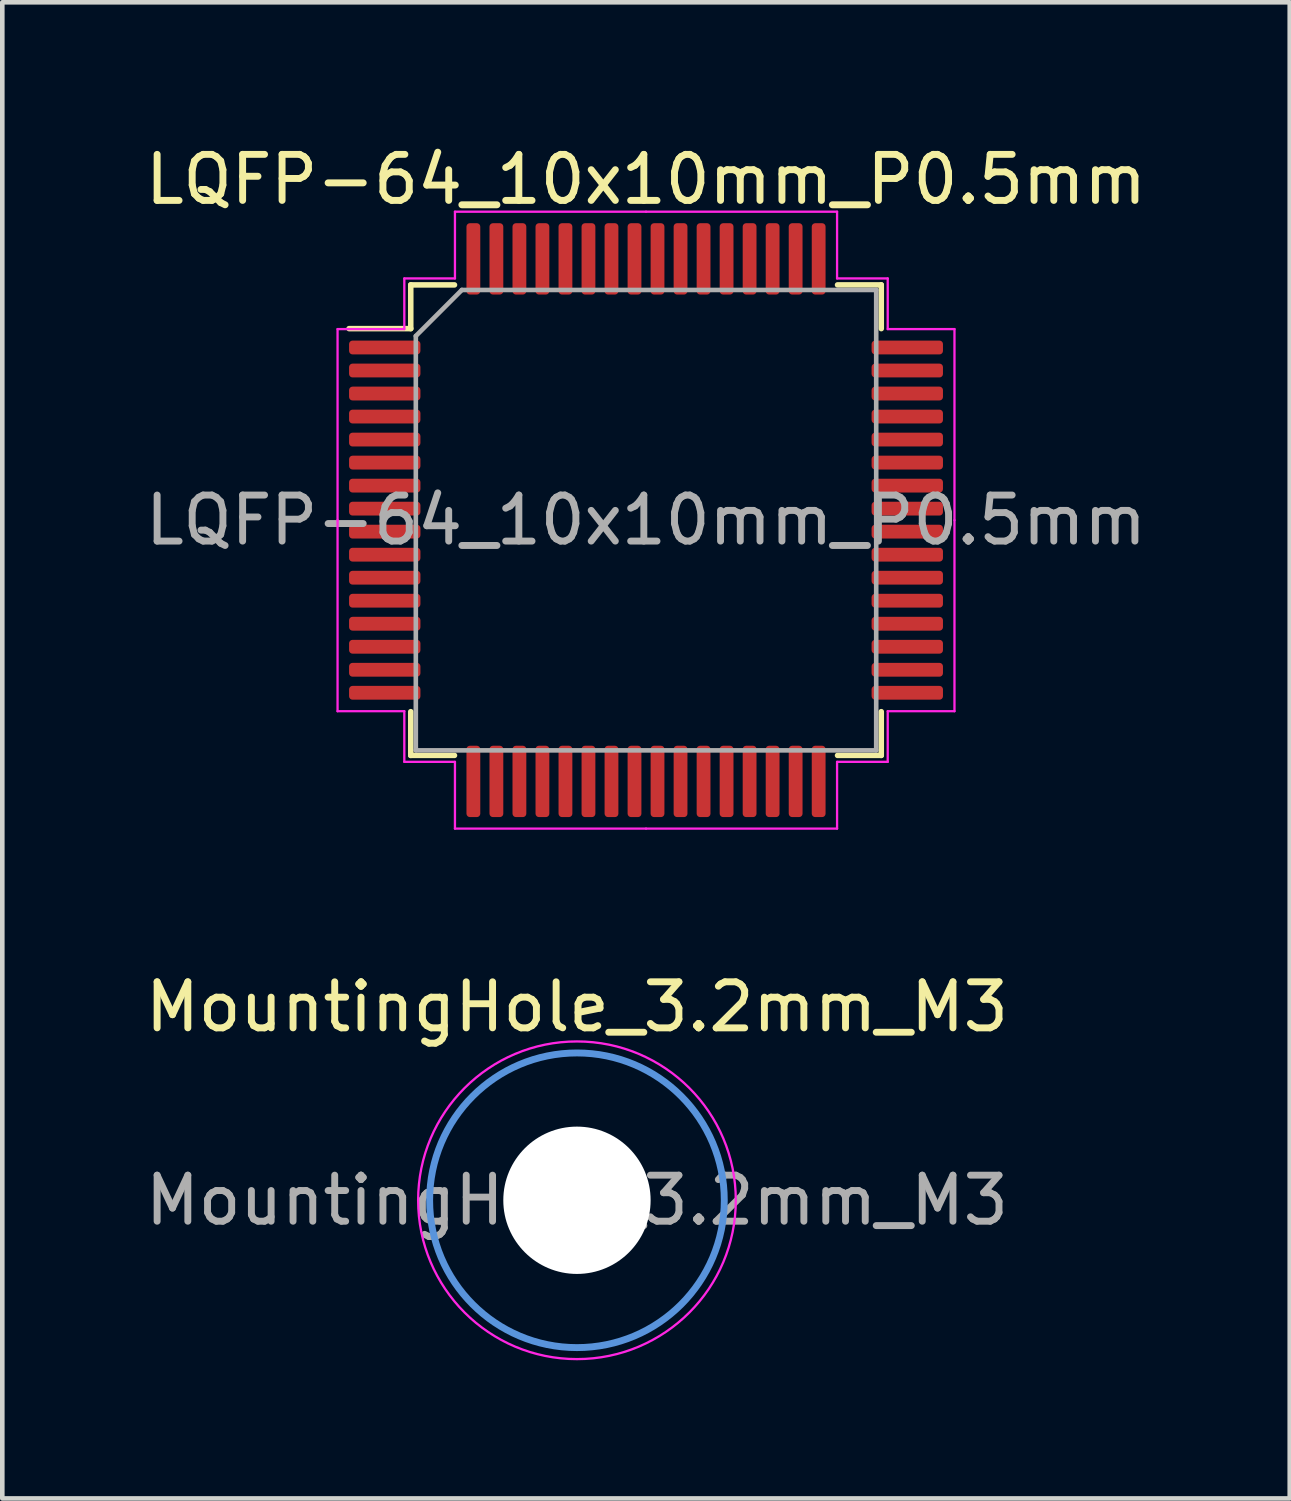
<source format=kicad_pcb>
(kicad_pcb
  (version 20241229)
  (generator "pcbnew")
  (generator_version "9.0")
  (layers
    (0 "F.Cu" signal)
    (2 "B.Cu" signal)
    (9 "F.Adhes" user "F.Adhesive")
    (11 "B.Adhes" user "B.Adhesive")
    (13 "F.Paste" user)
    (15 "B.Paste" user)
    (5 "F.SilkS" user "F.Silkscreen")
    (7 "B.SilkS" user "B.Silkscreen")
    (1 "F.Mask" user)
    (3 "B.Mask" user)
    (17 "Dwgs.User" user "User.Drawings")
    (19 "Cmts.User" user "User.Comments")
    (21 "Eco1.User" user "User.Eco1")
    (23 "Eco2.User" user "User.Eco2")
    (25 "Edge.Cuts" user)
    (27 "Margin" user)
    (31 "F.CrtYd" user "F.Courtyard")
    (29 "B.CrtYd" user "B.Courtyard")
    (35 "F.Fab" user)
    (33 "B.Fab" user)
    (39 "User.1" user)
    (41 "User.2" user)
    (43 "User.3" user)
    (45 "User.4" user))
  (footprint "LQFP-64_10x10mm_P0.5mm"
    (layer "F.Cu")
    (at 10.982 8.248)
    (property "Reference" "LQFP-64_10x10mm_P0.5mm" (at 0 -7.4 0) (layer "F.SilkS") (effects (font (size 1 1) (thickness 0.15))))
    (attr smd)
    (fp_line (start -5.11 -5.11) (end -5.11 -4.16) (stroke (width 0.12) (type solid)) (layer "F.SilkS"))
    (fp_line (start -5.11 -4.16) (end -6.45 -4.16) (stroke (width 0.12) (type solid)) (layer "F.SilkS"))
    (fp_line (start -5.11 5.11) (end -5.11 4.16) (stroke (width 0.12) (type solid)) (layer "F.SilkS"))
    (fp_line (start -4.16 -5.11) (end -5.11 -5.11) (stroke (width 0.12) (type solid)) (layer "F.SilkS"))
    (fp_line (start -4.16 5.11) (end -5.11 5.11) (stroke (width 0.12) (type solid)) (layer "F.SilkS"))
    (fp_line (start 4.16 -5.11) (end 5.11 -5.11) (stroke (width 0.12) (type solid)) (layer "F.SilkS"))
    (fp_line (start 4.16 5.11) (end 5.11 5.11) (stroke (width 0.12) (type solid)) (layer "F.SilkS"))
    (fp_line (start 5.11 -5.11) (end 5.11 -4.16) (stroke (width 0.12) (type solid)) (layer "F.SilkS"))
    (fp_line (start 5.11 5.11) (end 5.11 4.16) (stroke (width 0.12) (type solid)) (layer "F.SilkS"))
    (fp_line (start -6.7 -4.15) (end -6.7 0) (stroke (width 0.05) (type solid)) (layer "F.CrtYd"))
    (fp_line (start -6.7 4.15) (end -6.7 0) (stroke (width 0.05) (type solid)) (layer "F.CrtYd"))
    (fp_line (start -5.25 -5.25) (end -5.25 -4.15) (stroke (width 0.05) (type solid)) (layer "F.CrtYd"))
    (fp_line (start -5.25 -4.15) (end -6.7 -4.15) (stroke (width 0.05) (type solid)) (layer "F.CrtYd"))
    (fp_line (start -5.25 4.15) (end -6.7 4.15) (stroke (width 0.05) (type solid)) (layer "F.CrtYd"))
    (fp_line (start -5.25 5.25) (end -5.25 4.15) (stroke (width 0.05) (type solid)) (layer "F.CrtYd"))
    (fp_line (start -4.15 -6.7) (end -4.15 -5.25) (stroke (width 0.05) (type solid)) (layer "F.CrtYd"))
    (fp_line (start -4.15 -5.25) (end -5.25 -5.25) (stroke (width 0.05) (type solid)) (layer "F.CrtYd"))
    (fp_line (start -4.15 5.25) (end -5.25 5.25) (stroke (width 0.05) (type solid)) (layer "F.CrtYd"))
    (fp_line (start -4.15 6.7) (end -4.15 5.25) (stroke (width 0.05) (type solid)) (layer "F.CrtYd"))
    (fp_line (start 0 -6.7) (end -4.15 -6.7) (stroke (width 0.05) (type solid)) (layer "F.CrtYd"))
    (fp_line (start 0 -6.7) (end 4.15 -6.7) (stroke (width 0.05) (type solid)) (layer "F.CrtYd"))
    (fp_line (start 0 6.7) (end -4.15 6.7) (stroke (width 0.05) (type solid)) (layer "F.CrtYd"))
    (fp_line (start 0 6.7) (end 4.15 6.7) (stroke (width 0.05) (type solid)) (layer "F.CrtYd"))
    (fp_line (start 4.15 -6.7) (end 4.15 -5.25) (stroke (width 0.05) (type solid)) (layer "F.CrtYd"))
    (fp_line (start 4.15 -5.25) (end 5.25 -5.25) (stroke (width 0.05) (type solid)) (layer "F.CrtYd"))
    (fp_line (start 4.15 5.25) (end 5.25 5.25) (stroke (width 0.05) (type solid)) (layer "F.CrtYd"))
    (fp_line (start 4.15 6.7) (end 4.15 5.25) (stroke (width 0.05) (type solid)) (layer "F.CrtYd"))
    (fp_line (start 5.25 -5.25) (end 5.25 -4.15) (stroke (width 0.05) (type solid)) (layer "F.CrtYd"))
    (fp_line (start 5.25 -4.15) (end 6.7 -4.15) (stroke (width 0.05) (type solid)) (layer "F.CrtYd"))
    (fp_line (start 5.25 4.15) (end 6.7 4.15) (stroke (width 0.05) (type solid)) (layer "F.CrtYd"))
    (fp_line (start 5.25 5.25) (end 5.25 4.15) (stroke (width 0.05) (type solid)) (layer "F.CrtYd"))
    (fp_line (start 6.7 -4.15) (end 6.7 0) (stroke (width 0.05) (type solid)) (layer "F.CrtYd"))
    (fp_line (start 6.7 4.15) (end 6.7 0) (stroke (width 0.05) (type solid)) (layer "F.CrtYd"))
    (fp_line (start -5 -4) (end -4 -5) (stroke (width 0.1) (type solid)) (layer "F.Fab"))
    (fp_line (start -5 5) (end -5 -4) (stroke (width 0.1) (type solid)) (layer "F.Fab"))
    (fp_line (start -4 -5) (end 5 -5) (stroke (width 0.1) (type solid)) (layer "F.Fab"))
    (fp_line (start 5 -5) (end 5 5) (stroke (width 0.1) (type solid)) (layer "F.Fab"))
    (fp_line (start 5 5) (end -5 5) (stroke (width 0.1) (type solid)) (layer "F.Fab"))
    (fp_text user "${REFERENCE}" (at 0 0 0) (layer "F.Fab") (effects (font (size 1 1) (thickness 0.15))))
    (pad "1" smd roundrect (at -5.675 -3.75) (size 1.55 0.3) (layers "F.Cu" "F.Mask" "F.Paste") (roundrect_rratio 0.25))
    (pad "2" smd roundrect (at -5.675 -3.25) (size 1.55 0.3) (layers "F.Cu" "F.Mask" "F.Paste") (roundrect_rratio 0.25))
    (pad "3" smd roundrect (at -5.675 -2.75) (size 1.55 0.3) (layers "F.Cu" "F.Mask" "F.Paste") (roundrect_rratio 0.25))
    (pad "4" smd roundrect (at -5.675 -2.25) (size 1.55 0.3) (layers "F.Cu" "F.Mask" "F.Paste") (roundrect_rratio 0.25))
    (pad "5" smd roundrect (at -5.675 -1.75) (size 1.55 0.3) (layers "F.Cu" "F.Mask" "F.Paste") (roundrect_rratio 0.25))
    (pad "6" smd roundrect (at -5.675 -1.25) (size 1.55 0.3) (layers "F.Cu" "F.Mask" "F.Paste") (roundrect_rratio 0.25))
    (pad "7" smd roundrect (at -5.675 -0.75) (size 1.55 0.3) (layers "F.Cu" "F.Mask" "F.Paste") (roundrect_rratio 0.25))
    (pad "8" smd roundrect (at -5.675 -0.25) (size 1.55 0.3) (layers "F.Cu" "F.Mask" "F.Paste") (roundrect_rratio 0.25))
    (pad "9" smd roundrect (at -5.675 0.25) (size 1.55 0.3) (layers "F.Cu" "F.Mask" "F.Paste") (roundrect_rratio 0.25))
    (pad "10" smd roundrect (at -5.675 0.75) (size 1.55 0.3) (layers "F.Cu" "F.Mask" "F.Paste") (roundrect_rratio 0.25))
    (pad "11" smd roundrect (at -5.675 1.25) (size 1.55 0.3) (layers "F.Cu" "F.Mask" "F.Paste") (roundrect_rratio 0.25))
    (pad "12" smd roundrect (at -5.675 1.75) (size 1.55 0.3) (layers "F.Cu" "F.Mask" "F.Paste") (roundrect_rratio 0.25))
    (pad "13" smd roundrect (at -5.675 2.25) (size 1.55 0.3) (layers "F.Cu" "F.Mask" "F.Paste") (roundrect_rratio 0.25))
    (pad "14" smd roundrect (at -5.675 2.75) (size 1.55 0.3) (layers "F.Cu" "F.Mask" "F.Paste") (roundrect_rratio 0.25))
    (pad "15" smd roundrect (at -5.675 3.25) (size 1.55 0.3) (layers "F.Cu" "F.Mask" "F.Paste") (roundrect_rratio 0.25))
    (pad "16" smd roundrect (at -5.675 3.75) (size 1.55 0.3) (layers "F.Cu" "F.Mask" "F.Paste") (roundrect_rratio 0.25))
    (pad "17" smd roundrect (at -3.75 5.675) (size 0.3 1.55) (layers "F.Cu" "F.Mask" "F.Paste") (roundrect_rratio 0.25))
    (pad "18" smd roundrect (at -3.25 5.675) (size 0.3 1.55) (layers "F.Cu" "F.Mask" "F.Paste") (roundrect_rratio 0.25))
    (pad "19" smd roundrect (at -2.75 5.675) (size 0.3 1.55) (layers "F.Cu" "F.Mask" "F.Paste") (roundrect_rratio 0.25))
    (pad "20" smd roundrect (at -2.25 5.675) (size 0.3 1.55) (layers "F.Cu" "F.Mask" "F.Paste") (roundrect_rratio 0.25))
    (pad "21" smd roundrect (at -1.75 5.675) (size 0.3 1.55) (layers "F.Cu" "F.Mask" "F.Paste") (roundrect_rratio 0.25))
    (pad "22" smd roundrect (at -1.25 5.675) (size 0.3 1.55) (layers "F.Cu" "F.Mask" "F.Paste") (roundrect_rratio 0.25))
    (pad "23" smd roundrect (at -0.75 5.675) (size 0.3 1.55) (layers "F.Cu" "F.Mask" "F.Paste") (roundrect_rratio 0.25))
    (pad "24" smd roundrect (at -0.25 5.675) (size 0.3 1.55) (layers "F.Cu" "F.Mask" "F.Paste") (roundrect_rratio 0.25))
    (pad "25" smd roundrect (at 0.25 5.675) (size 0.3 1.55) (layers "F.Cu" "F.Mask" "F.Paste") (roundrect_rratio 0.25))
    (pad "26" smd roundrect (at 0.75 5.675) (size 0.3 1.55) (layers "F.Cu" "F.Mask" "F.Paste") (roundrect_rratio 0.25))
    (pad "27" smd roundrect (at 1.25 5.675) (size 0.3 1.55) (layers "F.Cu" "F.Mask" "F.Paste") (roundrect_rratio 0.25))
    (pad "28" smd roundrect (at 1.75 5.675) (size 0.3 1.55) (layers "F.Cu" "F.Mask" "F.Paste") (roundrect_rratio 0.25))
    (pad "29" smd roundrect (at 2.25 5.675) (size 0.3 1.55) (layers "F.Cu" "F.Mask" "F.Paste") (roundrect_rratio 0.25))
    (pad "30" smd roundrect (at 2.75 5.675) (size 0.3 1.55) (layers "F.Cu" "F.Mask" "F.Paste") (roundrect_rratio 0.25))
    (pad "31" smd roundrect (at 3.25 5.675) (size 0.3 1.55) (layers "F.Cu" "F.Mask" "F.Paste") (roundrect_rratio 0.25))
    (pad "32" smd roundrect (at 3.75 5.675) (size 0.3 1.55) (layers "F.Cu" "F.Mask" "F.Paste") (roundrect_rratio 0.25))
    (pad "33" smd roundrect (at 5.675 3.75) (size 1.55 0.3) (layers "F.Cu" "F.Mask" "F.Paste") (roundrect_rratio 0.25))
    (pad "34" smd roundrect (at 5.675 3.25) (size 1.55 0.3) (layers "F.Cu" "F.Mask" "F.Paste") (roundrect_rratio 0.25))
    (pad "35" smd roundrect (at 5.675 2.75) (size 1.55 0.3) (layers "F.Cu" "F.Mask" "F.Paste") (roundrect_rratio 0.25))
    (pad "36" smd roundrect (at 5.675 2.25) (size 1.55 0.3) (layers "F.Cu" "F.Mask" "F.Paste") (roundrect_rratio 0.25))
    (pad "37" smd roundrect (at 5.675 1.75) (size 1.55 0.3) (layers "F.Cu" "F.Mask" "F.Paste") (roundrect_rratio 0.25))
    (pad "38" smd roundrect (at 5.675 1.25) (size 1.55 0.3) (layers "F.Cu" "F.Mask" "F.Paste") (roundrect_rratio 0.25))
    (pad "39" smd roundrect (at 5.675 0.75) (size 1.55 0.3) (layers "F.Cu" "F.Mask" "F.Paste") (roundrect_rratio 0.25))
    (pad "40" smd roundrect (at 5.675 0.25) (size 1.55 0.3) (layers "F.Cu" "F.Mask" "F.Paste") (roundrect_rratio 0.25))
    (pad "41" smd roundrect (at 5.675 -0.25) (size 1.55 0.3) (layers "F.Cu" "F.Mask" "F.Paste") (roundrect_rratio 0.25))
    (pad "42" smd roundrect (at 5.675 -0.75) (size 1.55 0.3) (layers "F.Cu" "F.Mask" "F.Paste") (roundrect_rratio 0.25))
    (pad "43" smd roundrect (at 5.675 -1.25) (size 1.55 0.3) (layers "F.Cu" "F.Mask" "F.Paste") (roundrect_rratio 0.25))
    (pad "44" smd roundrect (at 5.675 -1.75) (size 1.55 0.3) (layers "F.Cu" "F.Mask" "F.Paste") (roundrect_rratio 0.25))
    (pad "45" smd roundrect (at 5.675 -2.25) (size 1.55 0.3) (layers "F.Cu" "F.Mask" "F.Paste") (roundrect_rratio 0.25))
    (pad "46" smd roundrect (at 5.675 -2.75) (size 1.55 0.3) (layers "F.Cu" "F.Mask" "F.Paste") (roundrect_rratio 0.25))
    (pad "47" smd roundrect (at 5.675 -3.25) (size 1.55 0.3) (layers "F.Cu" "F.Mask" "F.Paste") (roundrect_rratio 0.25))
    (pad "48" smd roundrect (at 5.675 -3.75) (size 1.55 0.3) (layers "F.Cu" "F.Mask" "F.Paste") (roundrect_rratio 0.25))
    (pad "49" smd roundrect (at 3.75 -5.675) (size 0.3 1.55) (layers "F.Cu" "F.Mask" "F.Paste") (roundrect_rratio 0.25))
    (pad "50" smd roundrect (at 3.25 -5.675) (size 0.3 1.55) (layers "F.Cu" "F.Mask" "F.Paste") (roundrect_rratio 0.25))
    (pad "51" smd roundrect (at 2.75 -5.675) (size 0.3 1.55) (layers "F.Cu" "F.Mask" "F.Paste") (roundrect_rratio 0.25))
    (pad "52" smd roundrect (at 2.25 -5.675) (size 0.3 1.55) (layers "F.Cu" "F.Mask" "F.Paste") (roundrect_rratio 0.25))
    (pad "53" smd roundrect (at 1.75 -5.675) (size 0.3 1.55) (layers "F.Cu" "F.Mask" "F.Paste") (roundrect_rratio 0.25))
    (pad "54" smd roundrect (at 1.25 -5.675) (size 0.3 1.55) (layers "F.Cu" "F.Mask" "F.Paste") (roundrect_rratio 0.25))
    (pad "55" smd roundrect (at 0.75 -5.675) (size 0.3 1.55) (layers "F.Cu" "F.Mask" "F.Paste") (roundrect_rratio 0.25))
    (pad "56" smd roundrect (at 0.25 -5.675) (size 0.3 1.55) (layers "F.Cu" "F.Mask" "F.Paste") (roundrect_rratio 0.25))
    (pad "57" smd roundrect (at -0.25 -5.675) (size 0.3 1.55) (layers "F.Cu" "F.Mask" "F.Paste") (roundrect_rratio 0.25))
    (pad "58" smd roundrect (at -0.75 -5.675) (size 0.3 1.55) (layers "F.Cu" "F.Mask" "F.Paste") (roundrect_rratio 0.25))
    (pad "59" smd roundrect (at -1.25 -5.675) (size 0.3 1.55) (layers "F.Cu" "F.Mask" "F.Paste") (roundrect_rratio 0.25))
    (pad "60" smd roundrect (at -1.75 -5.675) (size 0.3 1.55) (layers "F.Cu" "F.Mask" "F.Paste") (roundrect_rratio 0.25))
    (pad "61" smd roundrect (at -2.25 -5.675) (size 0.3 1.55) (layers "F.Cu" "F.Mask" "F.Paste") (roundrect_rratio 0.25))
    (pad "62" smd roundrect (at -2.75 -5.675) (size 0.3 1.55) (layers "F.Cu" "F.Mask" "F.Paste") (roundrect_rratio 0.25))
    (pad "63" smd roundrect (at -3.25 -5.675) (size 0.3 1.55) (layers "F.Cu" "F.Mask" "F.Paste") (roundrect_rratio 0.25))
    (pad "64" smd roundrect (at -3.75 -5.675) (size 0.3 1.55) (layers "F.Cu" "F.Mask" "F.Paste") (roundrect_rratio 0.25)))
  (footprint "MountingHole_3.2mm_M3"
    (layer "F.Cu")
    (at 9.482 23.021)
    (property "Reference" "MountingHole_3.2mm_M3" (at 0 -4.2 0) (layer "F.SilkS") (effects (font (size 1 1) (thickness 0.15))))
    (attr exclude_from_pos_files)
    (fp_circle (center 0 0) (end 3.2 0) (stroke (width 0.15) (type solid)) (fill no) (layer "Cmts.User"))
    (fp_circle (center 0 0) (end 3.45 0) (stroke (width 0.05) (type solid)) (fill no) (layer "F.CrtYd"))
    (fp_text user "${REFERENCE}" (at 0 0 0) (layer "F.Fab") (effects (font (size 1 1) (thickness 0.15))))
    (pad "" np_thru_hole circle (at 0 0) (size 3.2 3.2) (drill 3.2) (layers "*.Cu" "*.Mask")))
  (gr_rect
    (start -3 -3)
    (end 24.964 29.497)
    (stroke (width 0.1) (type default))
    (fill no)
    (layer "Edge.Cuts")))
</source>
